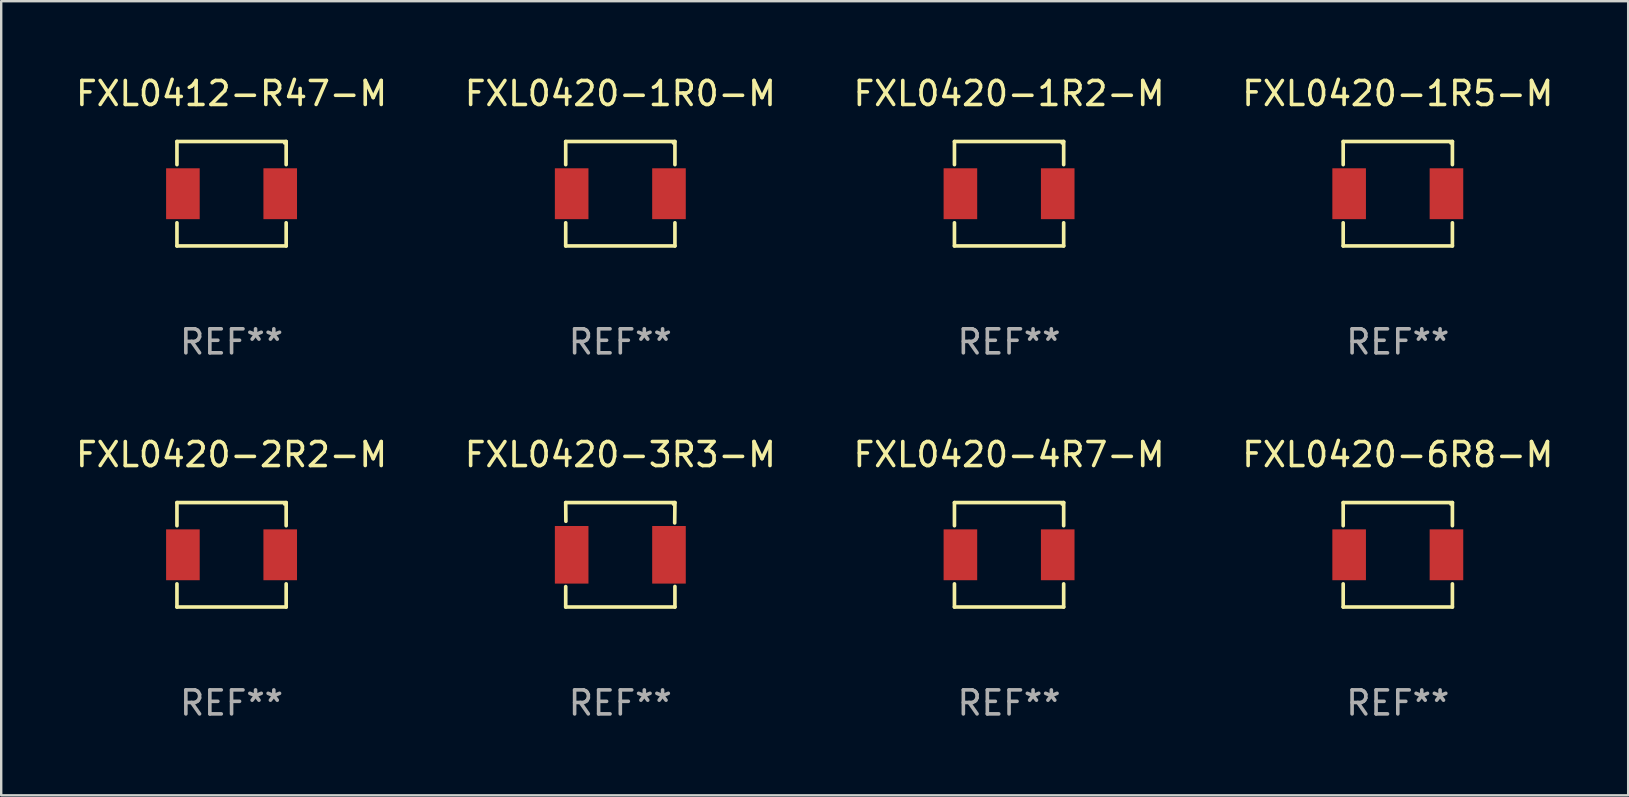
<source format=kicad_pcb>
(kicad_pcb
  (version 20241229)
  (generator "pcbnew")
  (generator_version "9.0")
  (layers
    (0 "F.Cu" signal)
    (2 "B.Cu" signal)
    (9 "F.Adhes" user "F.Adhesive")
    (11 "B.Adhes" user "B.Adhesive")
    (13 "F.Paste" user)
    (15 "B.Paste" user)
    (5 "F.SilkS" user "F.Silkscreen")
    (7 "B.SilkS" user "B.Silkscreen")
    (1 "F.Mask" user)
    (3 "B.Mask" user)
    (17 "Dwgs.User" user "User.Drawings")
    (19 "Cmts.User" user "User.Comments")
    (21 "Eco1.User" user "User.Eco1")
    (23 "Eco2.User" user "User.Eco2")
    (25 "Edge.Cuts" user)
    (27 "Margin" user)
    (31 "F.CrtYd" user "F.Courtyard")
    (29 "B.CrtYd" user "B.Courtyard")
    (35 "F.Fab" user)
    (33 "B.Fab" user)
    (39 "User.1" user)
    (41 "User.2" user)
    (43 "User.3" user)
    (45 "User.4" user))
  (footprint "FXL0420-6R8-M"
    (layer "F.Cu")
    (at 55.208 20.073)
    (property "Reference" "FXL0420-6R8-M" (at 0 -4.176 0) (layer "F.SilkS") (effects (font (size 1 1) (thickness 0.15))))
    (attr through_hole)
    (fp_line (start -2.276 -2.176) (end 2.276 -2.176) (stroke (width 0.152) (type solid)) (layer "F.SilkS"))
    (fp_line (start -2.276 -1.212) (end -2.276 -2.176) (stroke (width 0.152) (type solid)) (layer "F.SilkS"))
    (fp_line (start -2.276 1.212) (end -2.276 2.176) (stroke (width 0.152) (type solid)) (layer "F.SilkS"))
    (fp_line (start -2.276 2.176) (end 2.276 2.176) (stroke (width 0.152) (type solid)) (layer "F.SilkS"))
    (fp_line (start 2.276 -2.176) (end 2.276 -1.212) (stroke (width 0.152) (type solid)) (layer "F.SilkS"))
    (fp_line (start 2.276 2.176) (end 2.276 1.212) (stroke (width 0.152) (type solid)) (layer "F.SilkS"))
    (fp_circle (center 2.2 -2.1) (end 2.23 -2.1) (stroke (width 0.06) (type solid)) (fill no) (layer "F.SilkS"))
    (fp_text user "REF**" (at 0 6.176 0) (layer "F.Fab") (effects (font (size 1 1) (thickness 0.15))))
    (pad "1" smd rect (at 2.028 0) (size 1.4 2.12) (layers "F.Cu" "F.Mask" "F.Paste"))
    (pad "2" smd rect (at -2.028 0) (size 1.4 2.12) (layers "F.Cu" "F.Mask" "F.Paste")))
  (footprint "FXL0420-1R2-M"
    (layer "F.Cu")
    (at 39.006 5.024)
    (property "Reference" "FXL0420-1R2-M" (at 0 -4.176 0) (layer "F.SilkS") (effects (font (size 1 1) (thickness 0.15))))
    (attr through_hole)
    (fp_line (start -2.276 -2.176) (end 2.276 -2.176) (stroke (width 0.152) (type solid)) (layer "F.SilkS"))
    (fp_line (start -2.276 -1.212) (end -2.276 -2.176) (stroke (width 0.152) (type solid)) (layer "F.SilkS"))
    (fp_line (start -2.276 1.212) (end -2.276 2.176) (stroke (width 0.152) (type solid)) (layer "F.SilkS"))
    (fp_line (start -2.276 2.176) (end 2.276 2.176) (stroke (width 0.152) (type solid)) (layer "F.SilkS"))
    (fp_line (start 2.276 -2.176) (end 2.276 -1.212) (stroke (width 0.152) (type solid)) (layer "F.SilkS"))
    (fp_line (start 2.276 2.176) (end 2.276 1.212) (stroke (width 0.152) (type solid)) (layer "F.SilkS"))
    (fp_circle (center 2.2 -2.1) (end 2.23 -2.1) (stroke (width 0.06) (type solid)) (fill no) (layer "F.SilkS"))
    (fp_text user "REF**" (at 0 6.176 0) (layer "F.Fab") (effects (font (size 1 1) (thickness 0.15))))
    (pad "1" smd rect (at 2.028 0) (size 1.4 2.12) (layers "F.Cu" "F.Mask" "F.Paste"))
    (pad "2" smd rect (at -2.028 0) (size 1.4 2.12) (layers "F.Cu" "F.Mask" "F.Paste")))
  (footprint "FXL0420-4R7-M"
    (layer "F.Cu")
    (at 39.006 20.073)
    (property "Reference" "FXL0420-4R7-M" (at 0 -4.176 0) (layer "F.SilkS") (effects (font (size 1 1) (thickness 0.15))))
    (attr through_hole)
    (fp_line (start -2.276 -2.176) (end 2.276 -2.176) (stroke (width 0.152) (type solid)) (layer "F.SilkS"))
    (fp_line (start -2.276 -1.212) (end -2.276 -2.176) (stroke (width 0.152) (type solid)) (layer "F.SilkS"))
    (fp_line (start -2.276 1.212) (end -2.276 2.176) (stroke (width 0.152) (type solid)) (layer "F.SilkS"))
    (fp_line (start -2.276 2.176) (end 2.276 2.176) (stroke (width 0.152) (type solid)) (layer "F.SilkS"))
    (fp_line (start 2.276 -2.176) (end 2.276 -1.212) (stroke (width 0.152) (type solid)) (layer "F.SilkS"))
    (fp_line (start 2.276 2.176) (end 2.276 1.212) (stroke (width 0.152) (type solid)) (layer "F.SilkS"))
    (fp_circle (center 2.2 -2.1) (end 2.23 -2.1) (stroke (width 0.06) (type solid)) (fill no) (layer "F.SilkS"))
    (fp_text user "REF**" (at 0 6.176 0) (layer "F.Fab") (effects (font (size 1 1) (thickness 0.15))))
    (pad "1" smd rect (at 2.028 0) (size 1.4 2.12) (layers "F.Cu" "F.Mask" "F.Paste"))
    (pad "2" smd rect (at -2.028 0) (size 1.4 2.12) (layers "F.Cu" "F.Mask" "F.Paste")))
  (footprint "FXL0420-2R2-M"
    (layer "F.Cu")
    (at 6.601 20.073)
    (property "Reference" "FXL0420-2R2-M" (at 0 -4.176 0) (layer "F.SilkS") (effects (font (size 1 1) (thickness 0.15))))
    (attr through_hole)
    (fp_line (start -2.276 -2.176) (end 2.276 -2.176) (stroke (width 0.152) (type solid)) (layer "F.SilkS"))
    (fp_line (start -2.276 -1.212) (end -2.276 -2.176) (stroke (width 0.152) (type solid)) (layer "F.SilkS"))
    (fp_line (start -2.276 1.212) (end -2.276 2.176) (stroke (width 0.152) (type solid)) (layer "F.SilkS"))
    (fp_line (start -2.276 2.176) (end 2.276 2.176) (stroke (width 0.152) (type solid)) (layer "F.SilkS"))
    (fp_line (start 2.276 -2.176) (end 2.276 -1.212) (stroke (width 0.152) (type solid)) (layer "F.SilkS"))
    (fp_line (start 2.276 2.176) (end 2.276 1.212) (stroke (width 0.152) (type solid)) (layer "F.SilkS"))
    (fp_circle (center 2.2 -2.1) (end 2.23 -2.1) (stroke (width 0.06) (type solid)) (fill no) (layer "F.SilkS"))
    (fp_text user "REF**" (at 0 6.176 0) (layer "F.Fab") (effects (font (size 1 1) (thickness 0.15))))
    (pad "1" smd rect (at 2.028 0) (size 1.4 2.12) (layers "F.Cu" "F.Mask" "F.Paste"))
    (pad "2" smd rect (at -2.028 0) (size 1.4 2.12) (layers "F.Cu" "F.Mask" "F.Paste")))
  (footprint "FXL0420-1R5-M"
    (layer "F.Cu")
    (at 55.208 5.024)
    (property "Reference" "FXL0420-1R5-M" (at 0 -4.176 0) (layer "F.SilkS") (effects (font (size 1 1) (thickness 0.15))))
    (attr through_hole)
    (fp_line (start -2.276 -2.176) (end 2.276 -2.176) (stroke (width 0.152) (type solid)) (layer "F.SilkS"))
    (fp_line (start -2.276 -1.212) (end -2.276 -2.176) (stroke (width 0.152) (type solid)) (layer "F.SilkS"))
    (fp_line (start -2.276 1.212) (end -2.276 2.176) (stroke (width 0.152) (type solid)) (layer "F.SilkS"))
    (fp_line (start -2.276 2.176) (end 2.276 2.176) (stroke (width 0.152) (type solid)) (layer "F.SilkS"))
    (fp_line (start 2.276 -2.176) (end 2.276 -1.212) (stroke (width 0.152) (type solid)) (layer "F.SilkS"))
    (fp_line (start 2.276 2.176) (end 2.276 1.212) (stroke (width 0.152) (type solid)) (layer "F.SilkS"))
    (fp_circle (center 2.2 -2.1) (end 2.23 -2.1) (stroke (width 0.06) (type solid)) (fill no) (layer "F.SilkS"))
    (fp_text user "REF**" (at 0 6.176 0) (layer "F.Fab") (effects (font (size 1 1) (thickness 0.15))))
    (pad "1" smd rect (at 2.028 0) (size 1.4 2.12) (layers "F.Cu" "F.Mask" "F.Paste"))
    (pad "2" smd rect (at -2.028 0) (size 1.4 2.12) (layers "F.Cu" "F.Mask" "F.Paste")))
  (footprint "FXL0412-R47-M"
    (layer "F.Cu")
    (at 6.601 5.024)
    (property "Reference" "FXL0412-R47-M" (at 0 -4.176 0) (layer "F.SilkS") (effects (font (size 1 1) (thickness 0.15))))
    (attr through_hole)
    (fp_line (start -2.276 -2.176) (end 2.276 -2.176) (stroke (width 0.152) (type solid)) (layer "F.SilkS"))
    (fp_line (start -2.276 -1.212) (end -2.276 -2.176) (stroke (width 0.152) (type solid)) (layer "F.SilkS"))
    (fp_line (start -2.276 1.212) (end -2.276 2.176) (stroke (width 0.152) (type solid)) (layer "F.SilkS"))
    (fp_line (start -2.276 2.176) (end 2.276 2.176) (stroke (width 0.152) (type solid)) (layer "F.SilkS"))
    (fp_line (start 2.276 -2.176) (end 2.276 -1.212) (stroke (width 0.152) (type solid)) (layer "F.SilkS"))
    (fp_line (start 2.276 2.176) (end 2.276 1.212) (stroke (width 0.152) (type solid)) (layer "F.SilkS"))
    (fp_circle (center 2.2 -2.1) (end 2.23 -2.1) (stroke (width 0.06) (type solid)) (fill no) (layer "F.SilkS"))
    (fp_text user "REF**" (at 0 6.176 0) (layer "F.Fab") (effects (font (size 1 1) (thickness 0.15))))
    (pad "1" smd rect (at 2.028 0) (size 1.4 2.12) (layers "F.Cu" "F.Mask" "F.Paste"))
    (pad "2" smd rect (at -2.028 0) (size 1.4 2.12) (layers "F.Cu" "F.Mask" "F.Paste")))
  (footprint "FXL0420-3R3-M"
    (layer "F.Cu")
    (at 22.804 20.073)
    (property "Reference" "FXL0420-3R3-M" (at 0 -4.176 0) (layer "F.SilkS") (effects (font (size 1 1) (thickness 0.15))))
    (attr through_hole)
    (fp_line (start -2.276 -2.176) (end 2.276 -2.176) (stroke (width 0.152) (type solid)) (layer "F.SilkS"))
    (fp_line (start -2.276 1.327) (end -2.276 2.176) (stroke (width 0.152) (type solid)) (layer "F.SilkS"))
    (fp_line (start -2.276 2.176) (end 2.276 2.176) (stroke (width 0.152) (type solid)) (layer "F.SilkS"))
    (fp_line (start -2.269 -1.398) (end -2.276 -2.176) (stroke (width 0.152) (type solid)) (layer "F.SilkS"))
    (fp_line (start 2.276 -2.176) (end 2.266 -1.329) (stroke (width 0.152) (type solid)) (layer "F.SilkS"))
    (fp_line (start 2.276 2.176) (end 2.276 1.321) (stroke (width 0.152) (type solid)) (layer "F.SilkS"))
    (fp_circle (center 2.2 -2.1) (end 2.23 -2.1) (stroke (width 0.06) (type solid)) (fill no) (layer "F.SilkS"))
    (fp_text user "REF**" (at 0 6.176 0) (layer "F.Fab") (effects (font (size 1 1) (thickness 0.15))))
    (pad "1" smd rect (at 2.028 0) (size 1.4 2.4) (layers "F.Cu" "F.Mask" "F.Paste"))
    (pad "2" smd rect (at -2.028 0) (size 1.4 2.4) (layers "F.Cu" "F.Mask" "F.Paste")))
  (footprint "FXL0420-1R0-M"
    (layer "F.Cu")
    (at 22.804 5.024)
    (property "Reference" "FXL0420-1R0-M" (at 0 -4.176 0) (layer "F.SilkS") (effects (font (size 1 1) (thickness 0.15))))
    (attr through_hole)
    (fp_line (start -2.276 -2.176) (end 2.276 -2.176) (stroke (width 0.152) (type solid)) (layer "F.SilkS"))
    (fp_line (start -2.276 -1.212) (end -2.276 -2.176) (stroke (width 0.152) (type solid)) (layer "F.SilkS"))
    (fp_line (start -2.276 1.212) (end -2.276 2.176) (stroke (width 0.152) (type solid)) (layer "F.SilkS"))
    (fp_line (start -2.276 2.176) (end 2.276 2.176) (stroke (width 0.152) (type solid)) (layer "F.SilkS"))
    (fp_line (start 2.276 -2.176) (end 2.276 -1.212) (stroke (width 0.152) (type solid)) (layer "F.SilkS"))
    (fp_line (start 2.276 2.176) (end 2.276 1.212) (stroke (width 0.152) (type solid)) (layer "F.SilkS"))
    (fp_circle (center 2.2 -2.1) (end 2.23 -2.1) (stroke (width 0.06) (type solid)) (fill no) (layer "F.SilkS"))
    (fp_text user "REF**" (at 0 6.176 0) (layer "F.Fab") (effects (font (size 1 1) (thickness 0.15))))
    (pad "1" smd rect (at 2.028 0) (size 1.4 2.12) (layers "F.Cu" "F.Mask" "F.Paste"))
    (pad "2" smd rect (at -2.028 0) (size 1.4 2.12) (layers "F.Cu" "F.Mask" "F.Paste")))
  (gr_rect
    (start -3 -3)
    (end 64.81 30.098)
    (stroke (width 0.1) (type default))
    (fill no)
    (layer "Edge.Cuts")))
</source>
